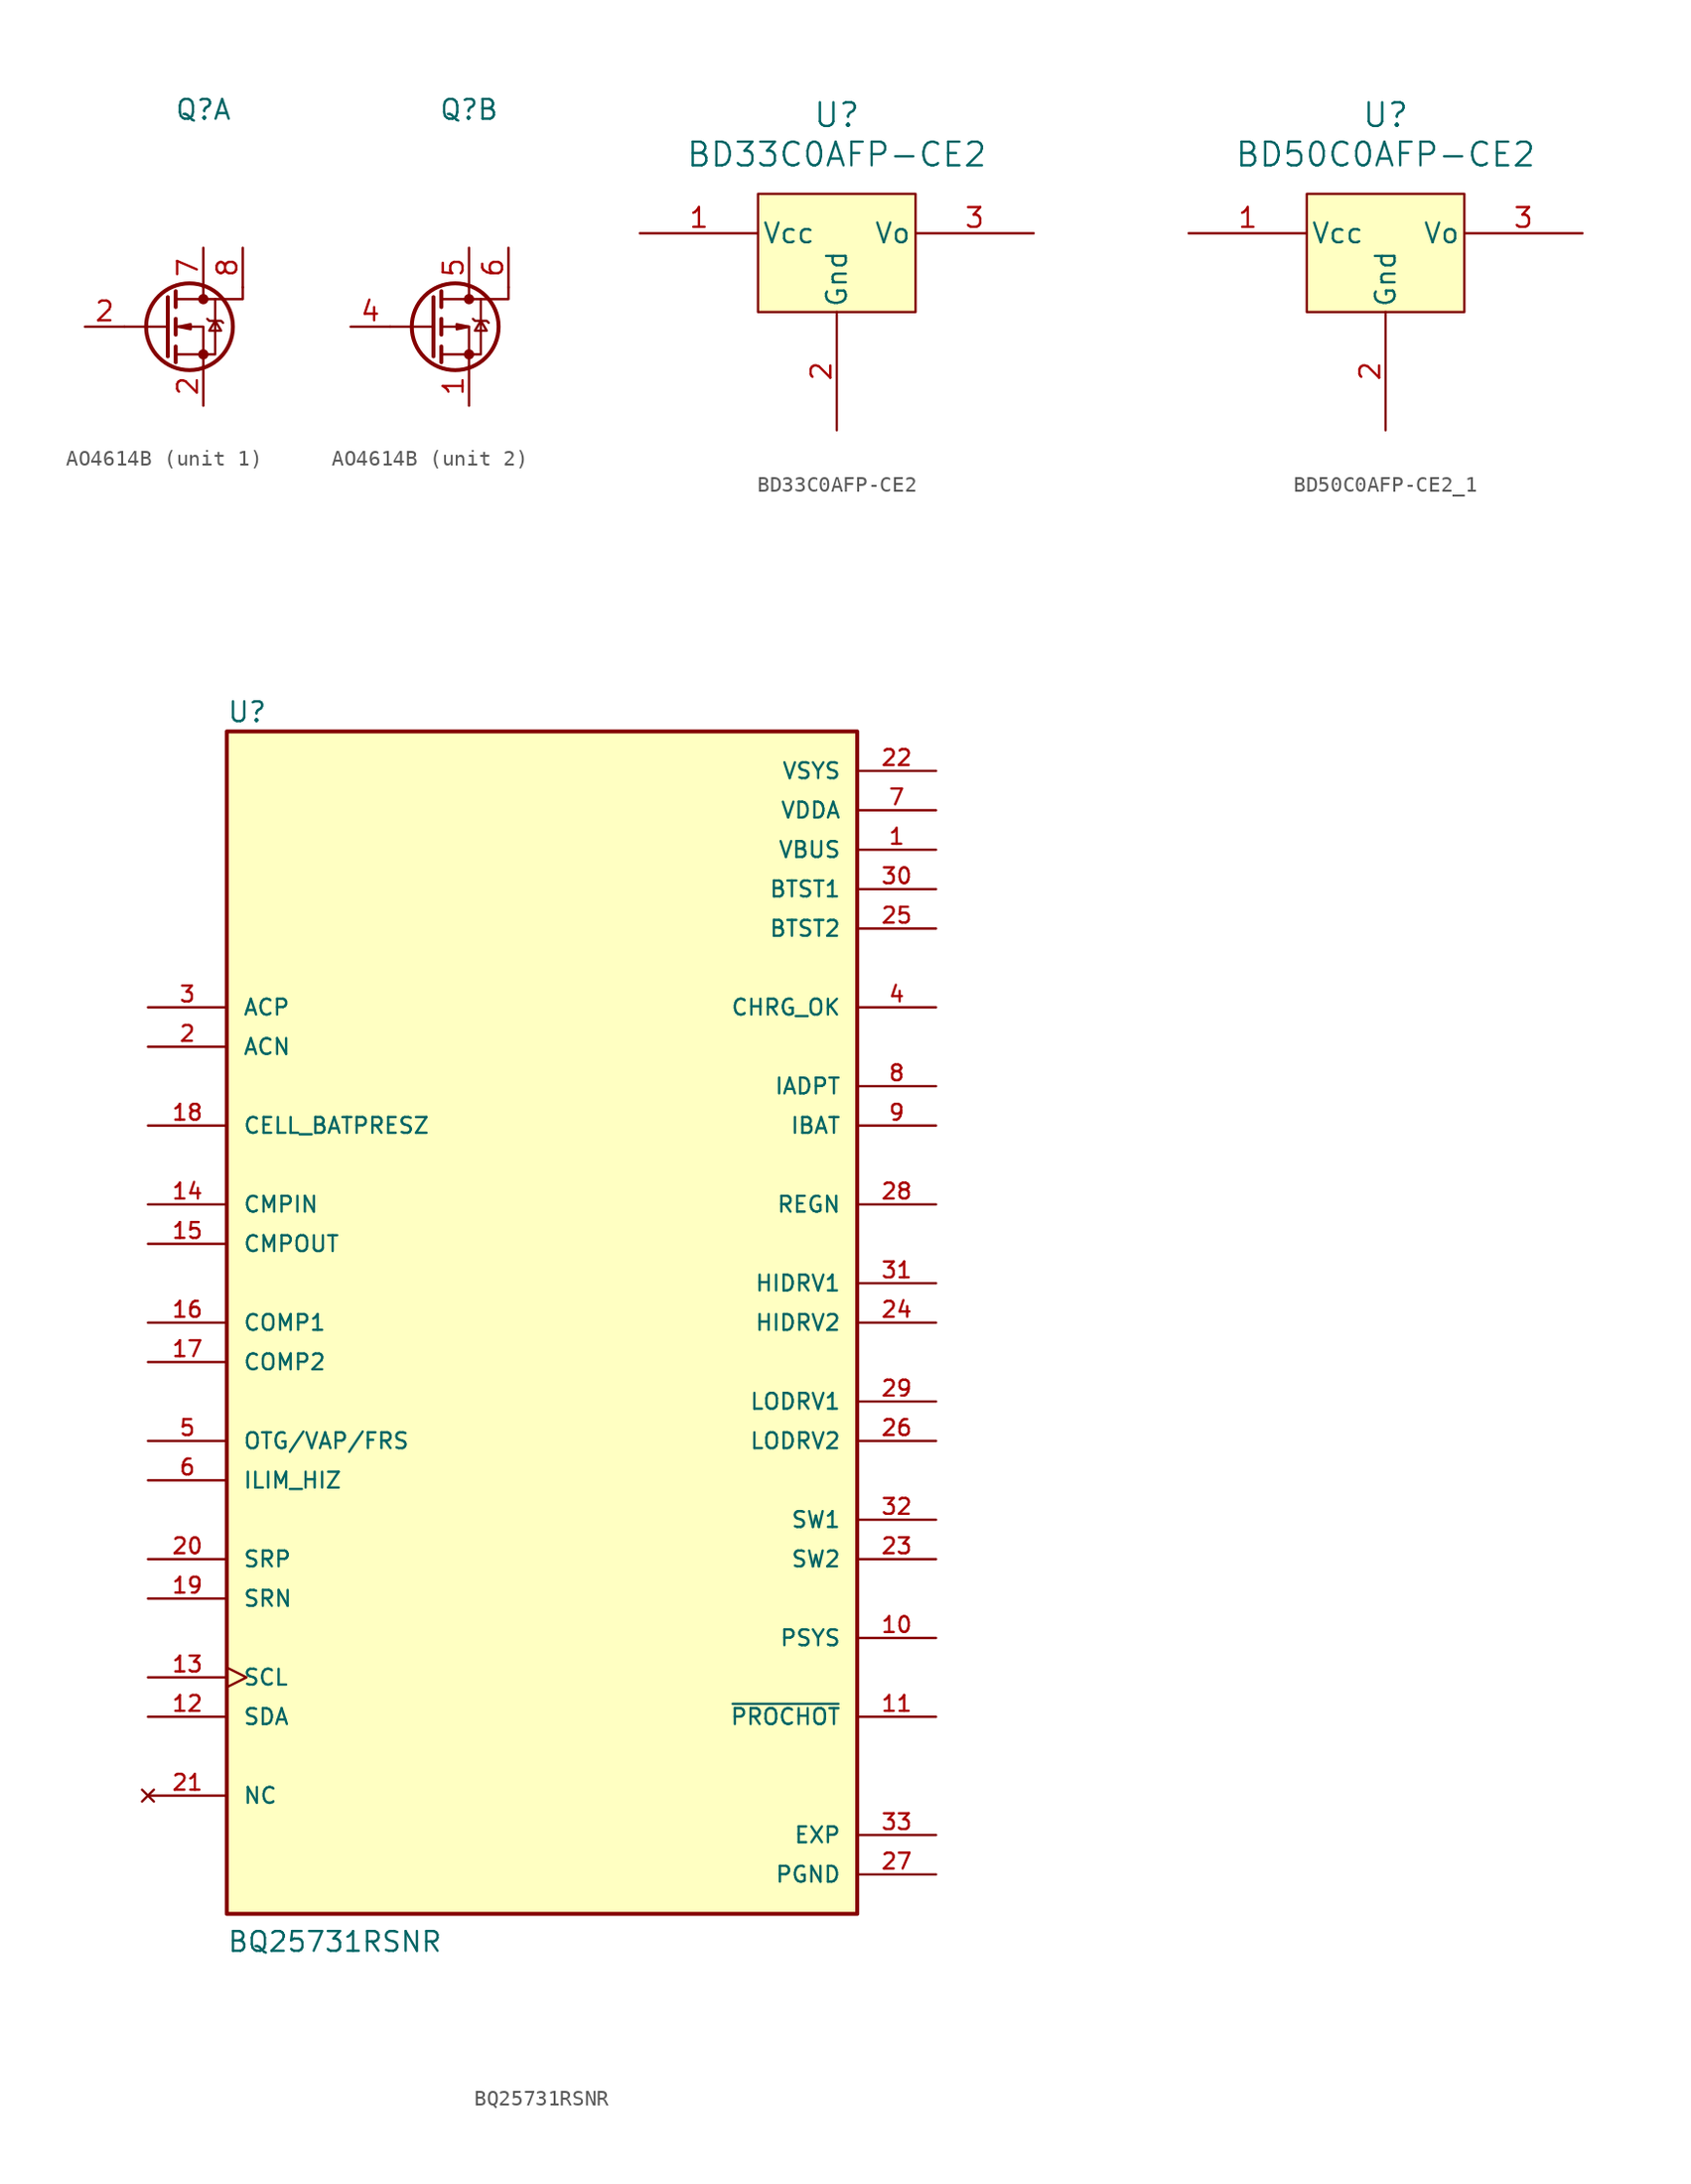
<source format=kicad_sym>
(kicad_symbol_lib
  (version 20220914)
  (generator kicad_symbol_editor)
  (symbol "AO4614B"
    (pin_names hide)
    (property "Reference" "Q"
      (at 0 13.97 0)
      (effects (font (size 1.27 1.27))))
    (property "Value" ""
      (at 1.27 0 0)
      (effects (font (size 1.27 1.27))))
    (property "ki_locked" ""
      (at 0 0 0)
      (effects (font (size 1.27 1.27))))
    (symbol "AO4614B_0_1"
      (circle (center -0.889 0) (radius 2.794) (stroke (width 0.254) (type default)) (fill (type none)))
      (circle (center 0 -1.778) (radius 0.254) (stroke (width 0) (type default)) (fill (type outline)))
      (polyline (pts (xy -2.286 0) (xy -5.08 0)) (stroke (width 0) (type default)) (fill (type none)))
      (polyline (pts (xy -2.286 1.905) (xy -2.286 -1.905)) (stroke (width 0.254) (type default)) (fill (type none)))
      (polyline (pts (xy -1.778 -1.27) (xy -1.778 -2.286)) (stroke (width 0.254) (type default)) (fill (type none)))
      (polyline (pts (xy -1.778 0.508) (xy -1.778 -0.508)) (stroke (width 0.254) (type default)) (fill (type none)))
      (polyline (pts (xy -1.778 2.286) (xy -1.778 1.27)) (stroke (width 0.254) (type default)) (fill (type none)))
      (polyline (pts (xy 0 2.54) (xy 0 1.778)) (stroke (width 0) (type default)) (fill (type none)))
      (polyline (pts (xy 0 -2.54) (xy 0 0) (xy -1.778 0)) (stroke (width 0) (type default)) (fill (type none)))
      (polyline (pts (xy -1.778 -1.778) (xy 0.762 -1.778) (xy 0.762 1.778) (xy -1.778 1.778)) (stroke (width 0) (type default)) (fill (type none)))
      (polyline (pts (xy 0.254 0.508) (xy 0.381 0.381) (xy 1.143 0.381) (xy 1.27 0.254)) (stroke (width 0) (type default)) (fill (type none)))
      (polyline (pts (xy 0.762 0.381) (xy 0.381 -0.254) (xy 1.143 -0.254) (xy 0.762 0.381)) (stroke (width 0) (type default)) (fill (type none)))
      (circle (center 0 1.778) (radius 0.254) (stroke (width 0) (type default)) (fill (type outline))))
    (symbol "AO4614B_1_1"
      (polyline (pts (xy 2.54 2.54) (xy 2.54 1.778) (xy 0.762 1.778)) (stroke (width 0) (type default)) (fill (type none)))
      (polyline (pts (xy -0.811 -0.16) (xy -0.818 0.166) (xy -1.609 0) (xy -0.824 -0.16)) (stroke (width 0) (type default)) (fill (type none)))
      (pin passive line (at 0 -5.08 90) (length 2.54) (name "1" (effects (font (size 1.27 1.27)))) (number "2" (effects (font (size 1.27 1.27)))))
      (pin input line (at -7.62 0 0) (length 2.54) (name "G" (effects (font (size 1.27 1.27)))) (number "2" (effects (font (size 1.27 1.27)))))
      (pin passive line (at 0 5.08 270) (length 2.54) (name "D" (effects (font (size 1.27 1.27)))) (number "7" (effects (font (size 1.27 1.27)))))
      (pin passive line (at 2.54 5.08 270) (length 2.54) (name "D" (effects (font (size 1.27 1.27)))) (number "8" (effects (font (size 1.27 1.27))))))
    (symbol "AO4614B_2_1"
      (polyline (pts (xy 2.54 2.54) (xy 2.54 1.778) (xy 0.762 1.778)) (stroke (width 0) (type default)) (fill (type none)))
      (polyline (pts (xy -0.798 0.16) (xy -0.791 -0.166) (xy 0 0) (xy -0.784 0.16)) (stroke (width 0) (type default)) (fill (type none)))
      (pin passive line (at 0 -5.08 90) (length 2.54) (name "S" (effects (font (size 1.27 1.27)))) (number "1" (effects (font (size 1.27 1.27)))))
      (pin input line (at -7.62 0 0) (length 2.54) (name "G" (effects (font (size 1.27 1.27)))) (number "4" (effects (font (size 1.27 1.27)))))
      (pin passive line (at 0 5.08 270) (length 2.54) (name "D" (effects (font (size 1.27 1.27)))) (number "5" (effects (font (size 1.27 1.27)))))
      (pin passive line (at 2.54 5.08 270) (length 2.54) (name "D" (effects (font (size 1.27 1.27)))) (number "6" (effects (font (size 1.27 1.27)))))))
  (symbol "BD33C0AFP-CE2"
    (pin_names
      (offset 0.254))
    (property "Reference" "U"
      (at 0 7.62 0)
      (effects (font (size 1.524 1.524))))
    (property "Value" "BD33C0AFP-CE2"
      (at 0 5.08 0)
      (effects (font (size 1.524 1.524))))
    (symbol "BD33C0AFP-CE2_0_1"
      (pin power_in line (at -12.7 0 0) (length 7.62) (name "Vcc" (effects (font (size 1.27 1.27)))) (number "1" (effects (font (size 1.27 1.27))))))
    (symbol "BD33C0AFP-CE2_1_1"
      (rectangle (start -5.08 2.54) (end 5.08 -5.08) (stroke (width 0) (type default)) (fill (type background)))
      (pin power_in line (at 0 -12.7 90) (length 7.62) (name "Gnd" (effects (font (size 1.27 1.27)))) (number "2" (effects (font (size 1.27 1.27)))))
      (pin power_out line (at 12.7 0 180) (length 7.62) (name "Vo" (effects (font (size 1.27 1.27)))) (number "3" (effects (font (size 1.27 1.27)))))))
  (symbol "BD50C0AFP-CE2_1"
    (pin_names
      (offset 0.254))
    (property "Reference" "U"
      (at 0 7.62 0)
      (effects (font (size 1.524 1.524))))
    (property "Value" "BD50C0AFP-CE2"
      (at 0 5.08 0)
      (effects (font (size 1.524 1.524))))
    (symbol "BD50C0AFP-CE2_1_0_1"
      (pin power_in line (at -12.7 0 0) (length 7.62) (name "Vcc" (effects (font (size 1.27 1.27)))) (number "1" (effects (font (size 1.27 1.27))))))
    (symbol "BD50C0AFP-CE2_1_1_1"
      (rectangle (start -5.08 2.54) (end 5.08 -5.08) (stroke (width 0) (type default)) (fill (type background)))
      (pin power_in line (at 0 -12.7 90) (length 7.62) (name "Gnd" (effects (font (size 1.27 1.27)))) (number "2" (effects (font (size 1.27 1.27)))))
      (pin power_out line (at 12.7 0 180) (length 7.62) (name "Vo" (effects (font (size 1.27 1.27)))) (number "3" (effects (font (size 1.27 1.27)))))))
  (symbol "BQ25731RSNR"
    (pin_names
      (offset 1.016))
    (property "Reference" "U"
      (at -20.32 38.608 0)
      (effects (font (size 1.27 1.27)) (justify left bottom)))
    (property "Value" "BQ25731RSNR"
      (at -20.32 -40.64 0)
      (effects (font (size 1.27 1.27)) (justify left bottom)))
    (symbol "BQ25731RSNR_0_0"
      (rectangle (start -20.32 38.1) (end 20.32 -38.1) (stroke (width 0.254) (type default)) (fill (type background)))
      (pin power_in line (at 25.4 30.48 180) (length 5.08) (name "VBUS" (effects (font (size 1.016 1.016)))) (number "1" (effects (font (size 1.016 1.016)))))
      (pin output line (at 25.4 -20.32 180) (length 5.08) (name "PSYS" (effects (font (size 1.016 1.016)))) (number "10" (effects (font (size 1.016 1.016)))))
      (pin output line (at 25.4 -25.4 180) (length 5.08) (name "~{PROCHOT}" (effects (font (size 1.016 1.016)))) (number "11" (effects (font (size 1.016 1.016)))))
      (pin bidirectional line (at -25.4 -25.4 0) (length 5.08) (name "SDA" (effects (font (size 1.016 1.016)))) (number "12" (effects (font (size 1.016 1.016)))))
      (pin input clock (at -25.4 -22.86 0) (length 5.08) (name "SCL" (effects (font (size 1.016 1.016)))) (number "13" (effects (font (size 1.016 1.016)))))
      (pin input line (at -25.4 7.62 0) (length 5.08) (name "CMPIN" (effects (font (size 1.016 1.016)))) (number "14" (effects (font (size 1.016 1.016)))))
      (pin output line (at -25.4 5.08 0) (length 5.08) (name "CMPOUT" (effects (font (size 1.016 1.016)))) (number "15" (effects (font (size 1.016 1.016)))))
      (pin input line (at -25.4 0 0) (length 5.08) (name "COMP1" (effects (font (size 1.016 1.016)))) (number "16" (effects (font (size 1.016 1.016)))))
      (pin input line (at -25.4 -2.54 0) (length 5.08) (name "COMP2" (effects (font (size 1.016 1.016)))) (number "17" (effects (font (size 1.016 1.016)))))
      (pin input line (at -25.4 12.7 0) (length 5.08) (name "CELL_BATPRESZ" (effects (font (size 1.016 1.016)))) (number "18" (effects (font (size 1.016 1.016)))))
      (pin input line (at -25.4 -17.78 0) (length 5.08) (name "SRN" (effects (font (size 1.016 1.016)))) (number "19" (effects (font (size 1.016 1.016)))))
      (pin input line (at -25.4 17.78 0) (length 5.08) (name "ACN" (effects (font (size 1.016 1.016)))) (number "2" (effects (font (size 1.016 1.016)))))
      (pin input line (at -25.4 -15.24 0) (length 5.08) (name "SRP" (effects (font (size 1.016 1.016)))) (number "20" (effects (font (size 1.016 1.016)))))
      (pin no_connect line (at -25.4 -30.48 0) (length 5.08) (name "NC" (effects (font (size 1.016 1.016)))) (number "21" (effects (font (size 1.016 1.016)))))
      (pin power_in line (at 25.4 35.56 180) (length 5.08) (name "VSYS" (effects (font (size 1.016 1.016)))) (number "22" (effects (font (size 1.016 1.016)))))
      (pin output line (at 25.4 -15.24 180) (length 5.08) (name "SW2" (effects (font (size 1.016 1.016)))) (number "23" (effects (font (size 1.016 1.016)))))
      (pin output line (at 25.4 0 180) (length 5.08) (name "HIDRV2" (effects (font (size 1.016 1.016)))) (number "24" (effects (font (size 1.016 1.016)))))
      (pin power_in line (at 25.4 25.4 180) (length 5.08) (name "BTST2" (effects (font (size 1.016 1.016)))) (number "25" (effects (font (size 1.016 1.016)))))
      (pin output line (at 25.4 -7.62 180) (length 5.08) (name "LODRV2" (effects (font (size 1.016 1.016)))) (number "26" (effects (font (size 1.016 1.016)))))
      (pin power_in line (at 25.4 -35.56 180) (length 5.08) (name "PGND" (effects (font (size 1.016 1.016)))) (number "27" (effects (font (size 1.016 1.016)))))
      (pin output line (at 25.4 7.62 180) (length 5.08) (name "REGN" (effects (font (size 1.016 1.016)))) (number "28" (effects (font (size 1.016 1.016)))))
      (pin output line (at 25.4 -5.08 180) (length 5.08) (name "LODRV1" (effects (font (size 1.016 1.016)))) (number "29" (effects (font (size 1.016 1.016)))))
      (pin input line (at -25.4 20.32 0) (length 5.08) (name "ACP" (effects (font (size 1.016 1.016)))) (number "3" (effects (font (size 1.016 1.016)))))
      (pin power_in line (at 25.4 27.94 180) (length 5.08) (name "BTST1" (effects (font (size 1.016 1.016)))) (number "30" (effects (font (size 1.016 1.016)))))
      (pin output line (at 25.4 2.54 180) (length 5.08) (name "HIDRV1" (effects (font (size 1.016 1.016)))) (number "31" (effects (font (size 1.016 1.016)))))
      (pin output line (at 25.4 -12.7 180) (length 5.08) (name "SW1" (effects (font (size 1.016 1.016)))) (number "32" (effects (font (size 1.016 1.016)))))
      (pin power_in line (at 25.4 -33.02 180) (length 5.08) (name "EXP" (effects (font (size 1.016 1.016)))) (number "33" (effects (font (size 1.016 1.016)))))
      (pin output line (at 25.4 20.32 180) (length 5.08) (name "CHRG_OK" (effects (font (size 1.016 1.016)))) (number "4" (effects (font (size 1.016 1.016)))))
      (pin input line (at -25.4 -7.62 0) (length 5.08) (name "OTG/VAP/FRS" (effects (font (size 1.016 1.016)))) (number "5" (effects (font (size 1.016 1.016)))))
      (pin input line (at -25.4 -10.16 0) (length 5.08) (name "ILIM_HIZ" (effects (font (size 1.016 1.016)))) (number "6" (effects (font (size 1.016 1.016)))))
      (pin power_in line (at 25.4 33.02 180) (length 5.08) (name "VDDA" (effects (font (size 1.016 1.016)))) (number "7" (effects (font (size 1.016 1.016)))))
      (pin output line (at 25.4 15.24 180) (length 5.08) (name "IADPT" (effects (font (size 1.016 1.016)))) (number "8" (effects (font (size 1.016 1.016)))))
      (pin output line (at 25.4 12.7 180) (length 5.08) (name "IBAT" (effects (font (size 1.016 1.016)))) (number "9" (effects (font (size 1.016 1.016))))))))
</source>
